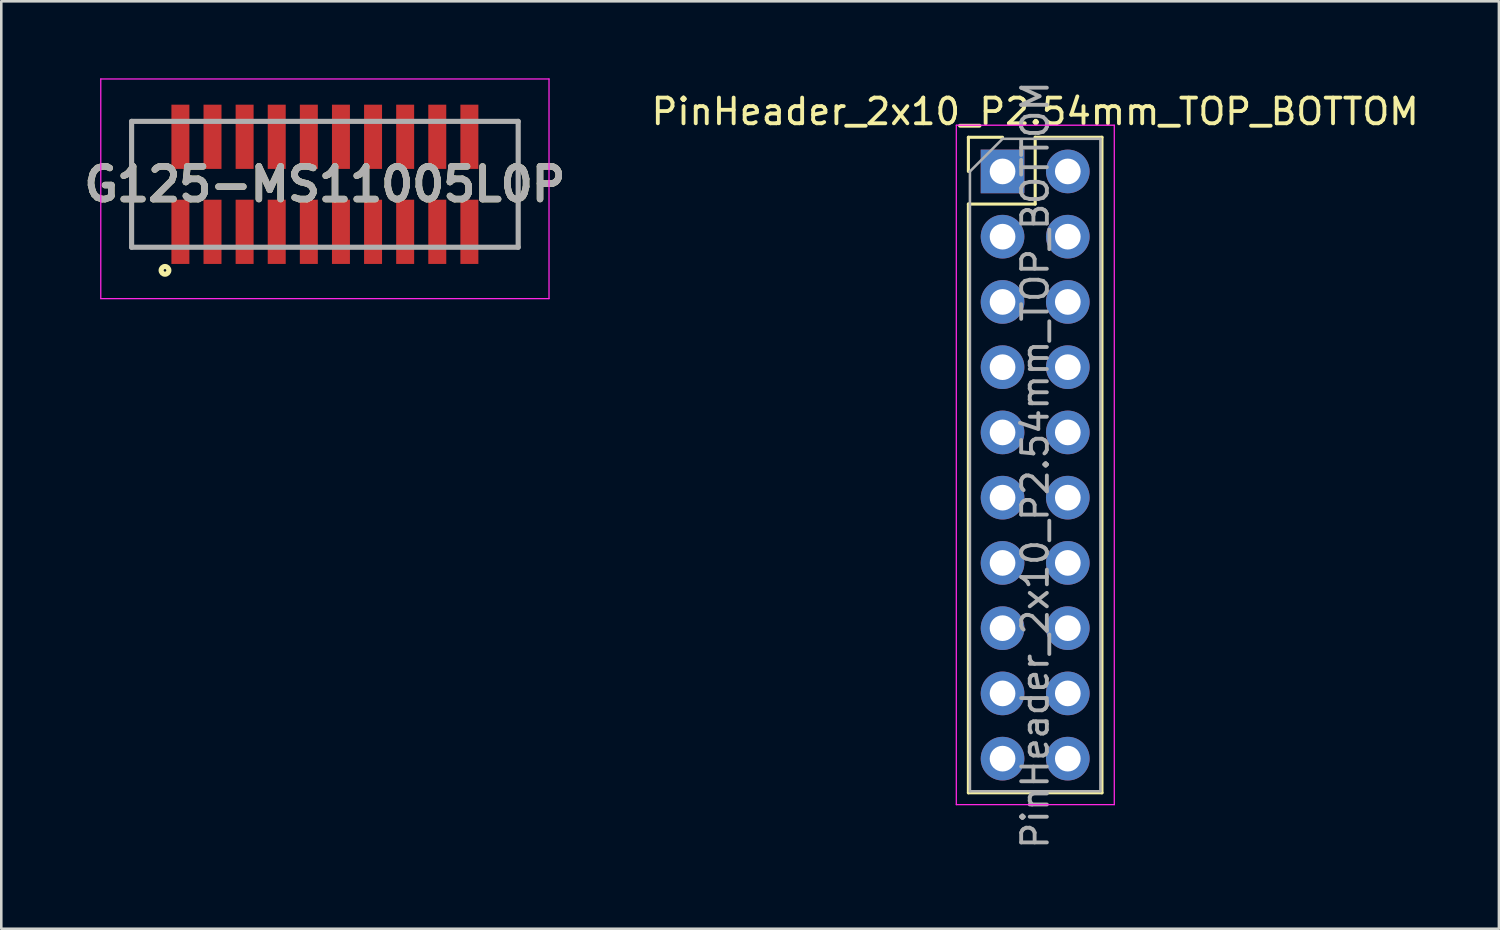
<source format=kicad_pcb>
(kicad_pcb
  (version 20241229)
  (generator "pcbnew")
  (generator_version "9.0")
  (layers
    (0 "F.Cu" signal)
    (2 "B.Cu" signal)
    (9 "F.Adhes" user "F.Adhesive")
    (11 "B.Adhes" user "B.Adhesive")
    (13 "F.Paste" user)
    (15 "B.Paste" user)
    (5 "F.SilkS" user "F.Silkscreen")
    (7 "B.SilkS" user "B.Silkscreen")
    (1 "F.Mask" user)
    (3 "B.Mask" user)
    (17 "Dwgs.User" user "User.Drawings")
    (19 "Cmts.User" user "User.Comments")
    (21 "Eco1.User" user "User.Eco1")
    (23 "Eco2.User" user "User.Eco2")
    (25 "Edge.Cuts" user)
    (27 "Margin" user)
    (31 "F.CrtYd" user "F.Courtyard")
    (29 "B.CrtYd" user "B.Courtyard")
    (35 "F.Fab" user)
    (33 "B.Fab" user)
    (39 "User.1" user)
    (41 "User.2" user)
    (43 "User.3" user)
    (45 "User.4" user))
  (footprint "PinHeader_2x10_P2.54mm_TOP_BOTTOM"
    (layer "F.Cu")
    (at 35.979 3.624)
    (property "Reference" "PinHeader_2x10_P2.54mm_TOP_BOTTOM" (at 1.27 -2.33 0) (layer "F.SilkS") (effects (font (size 1 1) (thickness 0.15))))
    (attr through_hole)
    (fp_line (start -1.33 -1.33) (end 0 -1.33) (stroke (width 0.12) (type solid)) (layer "F.SilkS"))
    (fp_line (start -1.33 0) (end -1.33 -1.33) (stroke (width 0.12) (type solid)) (layer "F.SilkS"))
    (fp_line (start -1.33 1.27) (end -1.33 24.19) (stroke (width 0.12) (type solid)) (layer "F.SilkS"))
    (fp_line (start -1.33 1.27) (end 1.27 1.27) (stroke (width 0.12) (type solid)) (layer "F.SilkS"))
    (fp_line (start -1.33 24.19) (end 3.87 24.19) (stroke (width 0.12) (type solid)) (layer "F.SilkS"))
    (fp_line (start 1.27 -1.33) (end 3.87 -1.33) (stroke (width 0.12) (type solid)) (layer "F.SilkS"))
    (fp_line (start 1.27 1.27) (end 1.27 -1.33) (stroke (width 0.12) (type solid)) (layer "F.SilkS"))
    (fp_line (start 3.87 -1.33) (end 3.87 24.19) (stroke (width 0.12) (type solid)) (layer "F.SilkS"))
    (fp_line (start -1.8 -1.8) (end -1.8 24.65) (stroke (width 0.05) (type solid)) (layer "F.CrtYd"))
    (fp_line (start -1.8 24.65) (end 4.35 24.65) (stroke (width 0.05) (type solid)) (layer "F.CrtYd"))
    (fp_line (start 4.35 -1.8) (end -1.8 -1.8) (stroke (width 0.05) (type solid)) (layer "F.CrtYd"))
    (fp_line (start 4.35 24.65) (end 4.35 -1.8) (stroke (width 0.05) (type solid)) (layer "F.CrtYd"))
    (fp_line (start -1.27 0) (end 0 -1.27) (stroke (width 0.1) (type solid)) (layer "F.Fab"))
    (fp_line (start -1.27 24.13) (end -1.27 0) (stroke (width 0.1) (type solid)) (layer "F.Fab"))
    (fp_line (start 0 -1.27) (end 3.81 -1.27) (stroke (width 0.1) (type solid)) (layer "F.Fab"))
    (fp_line (start 3.81 -1.27) (end 3.81 24.13) (stroke (width 0.1) (type solid)) (layer "F.Fab"))
    (fp_line (start 3.81 24.13) (end -1.27 24.13) (stroke (width 0.1) (type solid)) (layer "F.Fab"))
    (fp_text user "${REFERENCE}" (at 1.27 11.43 90) (layer "F.Fab") (effects (font (size 1 1) (thickness 0.15))))
    (pad "1" thru_hole rect (at 0 0) (size 1.7 1.7) (drill 1) (layers "*.Cu" "*.Mask"))
    (pad "2" thru_hole oval (at 0 2.54) (size 1.7 1.7) (drill 1) (layers "*.Cu" "*.Mask"))
    (pad "3" thru_hole oval (at 0 5.08) (size 1.7 1.7) (drill 1) (layers "*.Cu" "*.Mask"))
    (pad "4" thru_hole oval (at 0 7.62) (size 1.7 1.7) (drill 1) (layers "*.Cu" "*.Mask"))
    (pad "5" thru_hole oval (at 0 10.16) (size 1.7 1.7) (drill 1) (layers "*.Cu" "*.Mask"))
    (pad "6" thru_hole oval (at 0 12.7) (size 1.7 1.7) (drill 1) (layers "*.Cu" "*.Mask"))
    (pad "7" thru_hole oval (at 0 15.24) (size 1.7 1.7) (drill 1) (layers "*.Cu" "*.Mask"))
    (pad "8" thru_hole oval (at 0 17.78) (size 1.7 1.7) (drill 1) (layers "*.Cu" "*.Mask"))
    (pad "9" thru_hole oval (at 0 20.32) (size 1.7 1.7) (drill 1) (layers "*.Cu" "*.Mask"))
    (pad "10" thru_hole oval (at 0 22.86) (size 1.7 1.7) (drill 1) (layers "*.Cu" "*.Mask"))
    (pad "11" thru_hole oval (at 2.54 0) (size 1.7 1.7) (drill 1) (layers "*.Cu" "*.Mask"))
    (pad "12" thru_hole oval (at 2.54 2.54) (size 1.7 1.7) (drill 1) (layers "*.Cu" "*.Mask"))
    (pad "13" thru_hole oval (at 2.54 5.08) (size 1.7 1.7) (drill 1) (layers "*.Cu" "*.Mask"))
    (pad "14" thru_hole oval (at 2.54 7.62) (size 1.7 1.7) (drill 1) (layers "*.Cu" "*.Mask"))
    (pad "15" thru_hole oval (at 2.54 10.16) (size 1.7 1.7) (drill 1) (layers "*.Cu" "*.Mask"))
    (pad "16" thru_hole oval (at 2.54 12.7) (size 1.7 1.7) (drill 1) (layers "*.Cu" "*.Mask"))
    (pad "17" thru_hole oval (at 2.54 15.24) (size 1.7 1.7) (drill 1) (layers "*.Cu" "*.Mask"))
    (pad "18" thru_hole oval (at 2.54 17.78) (size 1.7 1.7) (drill 1) (layers "*.Cu" "*.Mask"))
    (pad "19" thru_hole oval (at 2.54 20.32) (size 1.7 1.7) (drill 1) (layers "*.Cu" "*.Mask"))
    (pad "20" thru_hole oval (at 2.54 22.86) (size 1.7 1.7) (drill 1) (layers "*.Cu" "*.Mask")))
  (footprint "G125-MS11005L0P"
    (layer "F.Cu")
    (at 9.598 4.125)
    (property "Reference" "G125-MS11005L0P" (at 0 0 0) (layer "F.SilkS") (effects (font (size 1.27 1.27) (thickness 0.254))))
    (attr smd)
    (fp_line (start -7.525 2.45) (end -7.525 -2.45) (stroke (width 0.1) (type solid)) (layer "F.SilkS"))
    (fp_line (start 7.525 -2.45) (end 7.525 2.45) (stroke (width 0.1) (type solid)) (layer "F.SilkS"))
    (fp_circle (center -6.225 3.35) (end -6.225 3.4) (stroke (width 0.2) (type solid)) (fill no) (layer "F.SilkS"))
    (fp_line (start -8.725 -4.1) (end 8.725 -4.1) (stroke (width 0.05) (type solid)) (layer "F.CrtYd"))
    (fp_line (start -8.725 4.45) (end -8.725 -4.1) (stroke (width 0.05) (type solid)) (layer "F.CrtYd"))
    (fp_line (start 8.725 -4.1) (end 8.725 4.45) (stroke (width 0.05) (type solid)) (layer "F.CrtYd"))
    (fp_line (start 8.725 4.45) (end -8.725 4.45) (stroke (width 0.05) (type solid)) (layer "F.CrtYd"))
    (fp_line (start -7.525 -2.45) (end 7.525 -2.45) (stroke (width 0.2) (type solid)) (layer "F.Fab"))
    (fp_line (start -7.525 2.45) (end -7.525 -2.45) (stroke (width 0.2) (type solid)) (layer "F.Fab"))
    (fp_line (start 7.525 -2.45) (end 7.525 2.45) (stroke (width 0.2) (type solid)) (layer "F.Fab"))
    (fp_line (start 7.525 2.45) (end -7.525 2.45) (stroke (width 0.2) (type solid)) (layer "F.Fab"))
    (fp_text user "${REFERENCE}" (at 0 0 0) (layer "F.Fab") (effects (font (size 1.27 1.27) (thickness 0.254))))
    (pad "1" smd rect (at -5.625 1.85) (size 0.7 2.5) (layers "F.Cu" "F.Mask" "F.Paste"))
    (pad "2" smd rect (at -4.375 1.85) (size 0.7 2.5) (layers "F.Cu" "F.Mask" "F.Paste"))
    (pad "3" smd rect (at -3.125 1.85) (size 0.7 2.5) (layers "F.Cu" "F.Mask" "F.Paste"))
    (pad "4" smd rect (at -1.875 1.85) (size 0.7 2.5) (layers "F.Cu" "F.Mask" "F.Paste"))
    (pad "5" smd rect (at -0.625 1.85) (size 0.7 2.5) (layers "F.Cu" "F.Mask" "F.Paste"))
    (pad "6" smd rect (at 0.625 1.85) (size 0.7 2.5) (layers "F.Cu" "F.Mask" "F.Paste"))
    (pad "7" smd rect (at 1.875 1.85) (size 0.7 2.5) (layers "F.Cu" "F.Mask" "F.Paste"))
    (pad "8" smd rect (at 3.125 1.85) (size 0.7 2.5) (layers "F.Cu" "F.Mask" "F.Paste"))
    (pad "9" smd rect (at 4.375 1.85) (size 0.7 2.5) (layers "F.Cu" "F.Mask" "F.Paste"))
    (pad "10" smd rect (at 5.625 1.85) (size 0.7 2.5) (layers "F.Cu" "F.Mask" "F.Paste"))
    (pad "11" smd rect (at -5.625 -1.85) (size 0.7 2.5) (layers "F.Cu" "F.Mask" "F.Paste"))
    (pad "12" smd rect (at -4.375 -1.85) (size 0.7 2.5) (layers "F.Cu" "F.Mask" "F.Paste"))
    (pad "13" smd rect (at -3.125 -1.85) (size 0.7 2.5) (layers "F.Cu" "F.Mask" "F.Paste"))
    (pad "14" smd rect (at -1.875 -1.85) (size 0.7 2.5) (layers "F.Cu" "F.Mask" "F.Paste"))
    (pad "15" smd rect (at -0.625 -1.85) (size 0.7 2.5) (layers "F.Cu" "F.Mask" "F.Paste"))
    (pad "16" smd rect (at 0.625 -1.85) (size 0.7 2.5) (layers "F.Cu" "F.Mask" "F.Paste"))
    (pad "17" smd rect (at 1.875 -1.85) (size 0.7 2.5) (layers "F.Cu" "F.Mask" "F.Paste"))
    (pad "18" smd rect (at 3.125 -1.85) (size 0.7 2.5) (layers "F.Cu" "F.Mask" "F.Paste"))
    (pad "19" smd rect (at 4.375 -1.85) (size 0.7 2.5) (layers "F.Cu" "F.Mask" "F.Paste"))
    (pad "20" smd rect (at 5.625 -1.85) (size 0.7 2.5) (layers "F.Cu" "F.Mask" "F.Paste")))
  (gr_rect
    (start -3 -3)
    (end 55.302 33.107)
    (stroke (width 0.1) (type default))
    (fill no)
    (layer "Edge.Cuts")))
</source>
